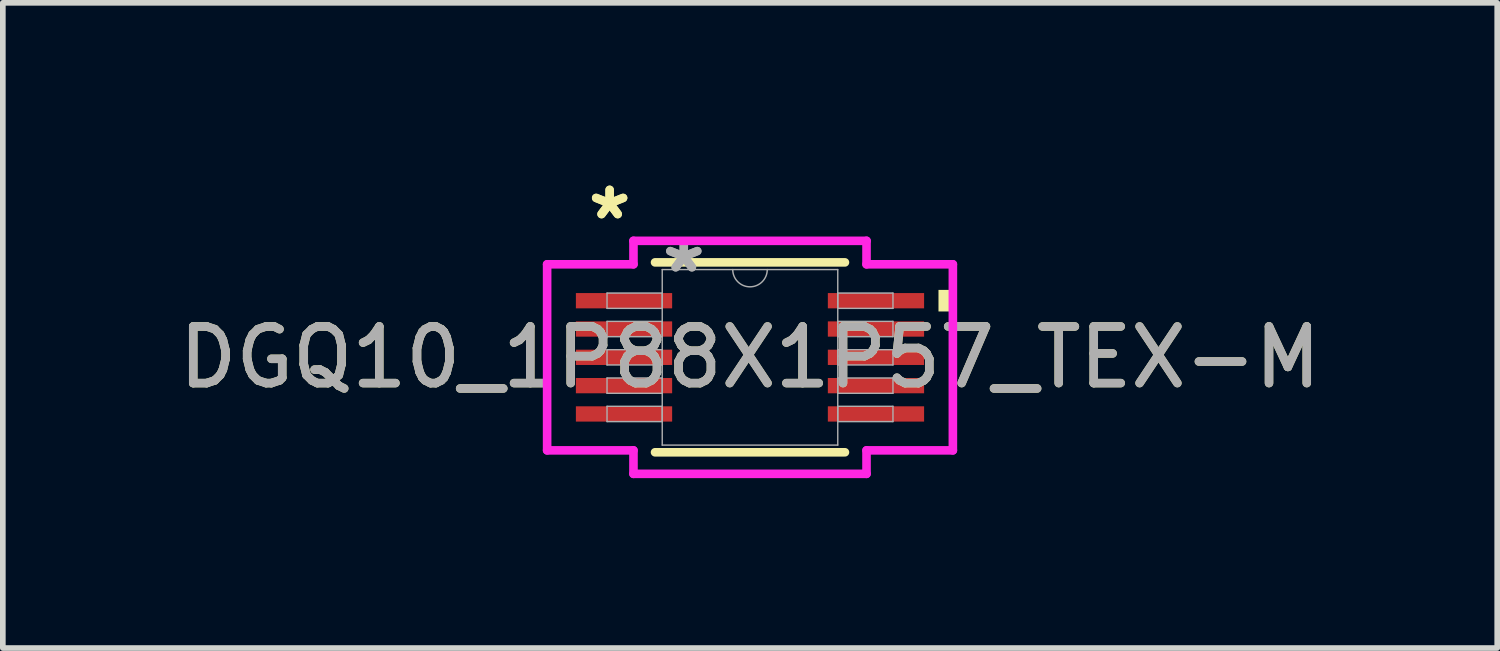
<source format=kicad_pcb>
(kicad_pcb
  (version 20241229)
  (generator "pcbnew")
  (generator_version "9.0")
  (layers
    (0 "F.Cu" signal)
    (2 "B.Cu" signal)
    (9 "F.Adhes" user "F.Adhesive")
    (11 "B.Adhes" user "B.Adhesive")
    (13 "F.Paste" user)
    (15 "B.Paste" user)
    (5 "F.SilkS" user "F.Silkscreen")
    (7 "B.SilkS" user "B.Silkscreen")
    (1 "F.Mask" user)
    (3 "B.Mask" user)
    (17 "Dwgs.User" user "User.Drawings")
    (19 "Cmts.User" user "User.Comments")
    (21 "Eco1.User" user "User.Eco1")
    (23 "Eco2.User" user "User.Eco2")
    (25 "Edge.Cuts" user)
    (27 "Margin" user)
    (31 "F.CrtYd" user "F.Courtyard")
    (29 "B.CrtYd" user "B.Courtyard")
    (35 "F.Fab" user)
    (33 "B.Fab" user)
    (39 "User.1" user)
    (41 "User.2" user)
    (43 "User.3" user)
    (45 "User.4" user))
  (footprint "DGQ10_1P88X1P57_TEX-M"
    (layer "F.Cu")
    (at 10.196 3.261)
    (property "Reference" "DGQ10_1P88X1P57_TEX-M" (at 0 0 0) (unlocked yes) (layer "F.SilkS") (effects (font (size 1 1) (thickness 0.15))))
    (attr smd)
    (fp_line (start -1.677 1.677) (end 1.677 1.677) (stroke (width 0.152) (type solid)) (layer "F.SilkS"))
    (fp_line (start 1.677 -1.677) (end -1.677 -1.677) (stroke (width 0.152) (type solid)) (layer "F.SilkS"))
    (fp_poly (pts (xy 3.583 -1.191) (xy 3.583 -0.81) (xy 3.329 -0.81) (xy 3.329 -1.191)) (stroke (width 0) (type solid)) (fill yes) (layer "F.SilkS"))
    (fp_line (start -3.583 -1.643) (end -2.058 -1.643) (stroke (width 0.152) (type solid)) (layer "F.CrtYd"))
    (fp_line (start -3.583 1.643) (end -3.583 -1.643) (stroke (width 0.152) (type solid)) (layer "F.CrtYd"))
    (fp_line (start -3.583 1.643) (end -2.058 1.643) (stroke (width 0.152) (type solid)) (layer "F.CrtYd"))
    (fp_line (start -2.058 -2.058) (end 2.058 -2.058) (stroke (width 0.152) (type solid)) (layer "F.CrtYd"))
    (fp_line (start -2.058 -1.643) (end -2.058 -2.058) (stroke (width 0.152) (type solid)) (layer "F.CrtYd"))
    (fp_line (start -2.058 2.058) (end -2.058 1.643) (stroke (width 0.152) (type solid)) (layer "F.CrtYd"))
    (fp_line (start 2.058 -2.058) (end 2.058 -1.643) (stroke (width 0.152) (type solid)) (layer "F.CrtYd"))
    (fp_line (start 2.058 1.643) (end 2.058 2.058) (stroke (width 0.152) (type solid)) (layer "F.CrtYd"))
    (fp_line (start 2.058 2.058) (end -2.058 2.058) (stroke (width 0.152) (type solid)) (layer "F.CrtYd"))
    (fp_line (start 3.583 -1.643) (end 2.058 -1.643) (stroke (width 0.152) (type solid)) (layer "F.CrtYd"))
    (fp_line (start 3.583 -1.643) (end 3.583 1.643) (stroke (width 0.152) (type solid)) (layer "F.CrtYd"))
    (fp_line (start 3.583 1.643) (end 2.058 1.643) (stroke (width 0.152) (type solid)) (layer "F.CrtYd"))
    (fp_line (start -2.525 -1.135) (end -2.525 -0.865) (stroke (width 0.025) (type solid)) (layer "F.Fab"))
    (fp_line (start -2.525 -0.865) (end -1.55 -0.865) (stroke (width 0.025) (type solid)) (layer "F.Fab"))
    (fp_line (start -2.525 -0.635) (end -2.525 -0.365) (stroke (width 0.025) (type solid)) (layer "F.Fab"))
    (fp_line (start -2.525 -0.365) (end -1.55 -0.365) (stroke (width 0.025) (type solid)) (layer "F.Fab"))
    (fp_line (start -2.525 -0.135) (end -2.525 0.135) (stroke (width 0.025) (type solid)) (layer "F.Fab"))
    (fp_line (start -2.525 0.135) (end -1.55 0.135) (stroke (width 0.025) (type solid)) (layer "F.Fab"))
    (fp_line (start -2.525 0.365) (end -2.525 0.635) (stroke (width 0.025) (type solid)) (layer "F.Fab"))
    (fp_line (start -2.525 0.635) (end -1.55 0.635) (stroke (width 0.025) (type solid)) (layer "F.Fab"))
    (fp_line (start -2.525 0.865) (end -2.525 1.135) (stroke (width 0.025) (type solid)) (layer "F.Fab"))
    (fp_line (start -2.525 1.135) (end -1.55 1.135) (stroke (width 0.025) (type solid)) (layer "F.Fab"))
    (fp_line (start -1.55 -1.55) (end -1.55 1.55) (stroke (width 0.025) (type solid)) (layer "F.Fab"))
    (fp_line (start -1.55 -1.135) (end -2.525 -1.135) (stroke (width 0.025) (type solid)) (layer "F.Fab"))
    (fp_line (start -1.55 -0.865) (end -1.55 -1.135) (stroke (width 0.025) (type solid)) (layer "F.Fab"))
    (fp_line (start -1.55 -0.635) (end -2.525 -0.635) (stroke (width 0.025) (type solid)) (layer "F.Fab"))
    (fp_line (start -1.55 -0.365) (end -1.55 -0.635) (stroke (width 0.025) (type solid)) (layer "F.Fab"))
    (fp_line (start -1.55 -0.135) (end -2.525 -0.135) (stroke (width 0.025) (type solid)) (layer "F.Fab"))
    (fp_line (start -1.55 0.135) (end -1.55 -0.135) (stroke (width 0.025) (type solid)) (layer "F.Fab"))
    (fp_line (start -1.55 0.365) (end -2.525 0.365) (stroke (width 0.025) (type solid)) (layer "F.Fab"))
    (fp_line (start -1.55 0.635) (end -1.55 0.365) (stroke (width 0.025) (type solid)) (layer "F.Fab"))
    (fp_line (start -1.55 0.865) (end -2.525 0.865) (stroke (width 0.025) (type solid)) (layer "F.Fab"))
    (fp_line (start -1.55 1.135) (end -1.55 0.865) (stroke (width 0.025) (type solid)) (layer "F.Fab"))
    (fp_line (start -1.55 1.55) (end 1.55 1.55) (stroke (width 0.025) (type solid)) (layer "F.Fab"))
    (fp_line (start 1.55 -1.55) (end -1.55 -1.55) (stroke (width 0.025) (type solid)) (layer "F.Fab"))
    (fp_line (start 1.55 -1.135) (end 1.55 -0.865) (stroke (width 0.025) (type solid)) (layer "F.Fab"))
    (fp_line (start 1.55 -0.865) (end 2.525 -0.865) (stroke (width 0.025) (type solid)) (layer "F.Fab"))
    (fp_line (start 1.55 -0.635) (end 1.55 -0.365) (stroke (width 0.025) (type solid)) (layer "F.Fab"))
    (fp_line (start 1.55 -0.365) (end 2.525 -0.365) (stroke (width 0.025) (type solid)) (layer "F.Fab"))
    (fp_line (start 1.55 -0.135) (end 1.55 0.135) (stroke (width 0.025) (type solid)) (layer "F.Fab"))
    (fp_line (start 1.55 0.135) (end 2.525 0.135) (stroke (width 0.025) (type solid)) (layer "F.Fab"))
    (fp_line (start 1.55 0.365) (end 1.55 0.635) (stroke (width 0.025) (type solid)) (layer "F.Fab"))
    (fp_line (start 1.55 0.635) (end 2.525 0.635) (stroke (width 0.025) (type solid)) (layer "F.Fab"))
    (fp_line (start 1.55 0.865) (end 1.55 1.135) (stroke (width 0.025) (type solid)) (layer "F.Fab"))
    (fp_line (start 1.55 1.135) (end 2.525 1.135) (stroke (width 0.025) (type solid)) (layer "F.Fab"))
    (fp_line (start 1.55 1.55) (end 1.55 -1.55) (stroke (width 0.025) (type solid)) (layer "F.Fab"))
    (fp_line (start 2.525 -1.135) (end 1.55 -1.135) (stroke (width 0.025) (type solid)) (layer "F.Fab"))
    (fp_line (start 2.525 -0.865) (end 2.525 -1.135) (stroke (width 0.025) (type solid)) (layer "F.Fab"))
    (fp_line (start 2.525 -0.635) (end 1.55 -0.635) (stroke (width 0.025) (type solid)) (layer "F.Fab"))
    (fp_line (start 2.525 -0.365) (end 2.525 -0.635) (stroke (width 0.025) (type solid)) (layer "F.Fab"))
    (fp_line (start 2.525 -0.135) (end 1.55 -0.135) (stroke (width 0.025) (type solid)) (layer "F.Fab"))
    (fp_line (start 2.525 0.135) (end 2.525 -0.135) (stroke (width 0.025) (type solid)) (layer "F.Fab"))
    (fp_line (start 2.525 0.365) (end 1.55 0.365) (stroke (width 0.025) (type solid)) (layer "F.Fab"))
    (fp_line (start 2.525 0.635) (end 2.525 0.365) (stroke (width 0.025) (type solid)) (layer "F.Fab"))
    (fp_line (start 2.525 0.865) (end 1.55 0.865) (stroke (width 0.025) (type solid)) (layer "F.Fab"))
    (fp_line (start 2.525 1.135) (end 2.525 0.865) (stroke (width 0.025) (type solid)) (layer "F.Fab"))
    (fp_arc (start 0.3048 -1.549999) (mid 0 -1.245199) (end -0.3048 -1.549999) (stroke (width 0.0254) (type solid)) (layer "F.Fab"))
    (fp_text user "*" (at -2.479 -2.413 0) (unlocked yes) (layer "F.SilkS") (effects (font (size 1 1) (thickness 0.15))))
    (fp_text user "*" (at -2.479 -2.413 0) (layer "F.SilkS") (effects (font (size 1 1) (thickness 0.15))))
    (fp_text user "${REFERENCE}" (at 0 0 0) (unlocked yes) (layer "F.Fab") (effects (font (size 1 1) (thickness 0.15))))
    (fp_text user "*" (at -1.169 -1.474 0) (layer "F.Fab") (effects (font (size 1 1) (thickness 0.15))))
    (fp_text user "*" (at -1.169 -1.474 0) (unlocked yes) (layer "F.Fab") (effects (font (size 1 1) (thickness 0.15))))
    (pad "1" smd rect (at -2.225 -1) (size 1.7 0.27) (layers "F.Cu" "F.Mask" "F.Paste"))
    (pad "2" smd rect (at -2.225 -0.5) (size 1.7 0.27) (layers "F.Cu" "F.Mask" "F.Paste"))
    (pad "3" smd rect (at -2.225 0) (size 1.7 0.27) (layers "F.Cu" "F.Mask" "F.Paste"))
    (pad "4" smd rect (at -2.225 0.5) (size 1.7 0.27) (layers "F.Cu" "F.Mask" "F.Paste"))
    (pad "5" smd rect (at -2.225 1) (size 1.7 0.27) (layers "F.Cu" "F.Mask" "F.Paste"))
    (pad "6" smd rect (at 2.225 1) (size 1.7 0.27) (layers "F.Cu" "F.Mask" "F.Paste"))
    (pad "7" smd rect (at 2.225 0.5) (size 1.7 0.27) (layers "F.Cu" "F.Mask" "F.Paste"))
    (pad "8" smd rect (at 2.225 0) (size 1.7 0.27) (layers "F.Cu" "F.Mask" "F.Paste"))
    (pad "9" smd rect (at 2.225 -0.5) (size 1.7 0.27) (layers "F.Cu" "F.Mask" "F.Paste"))
    (pad "10" smd rect (at 2.225 -1) (size 1.7 0.27) (layers "F.Cu" "F.Mask" "F.Paste")))
  (gr_rect
    (start -3 -3)
    (end 23.393 8.395)
    (stroke (width 0.1) (type default))
    (fill no)
    (layer "Edge.Cuts")))
</source>
